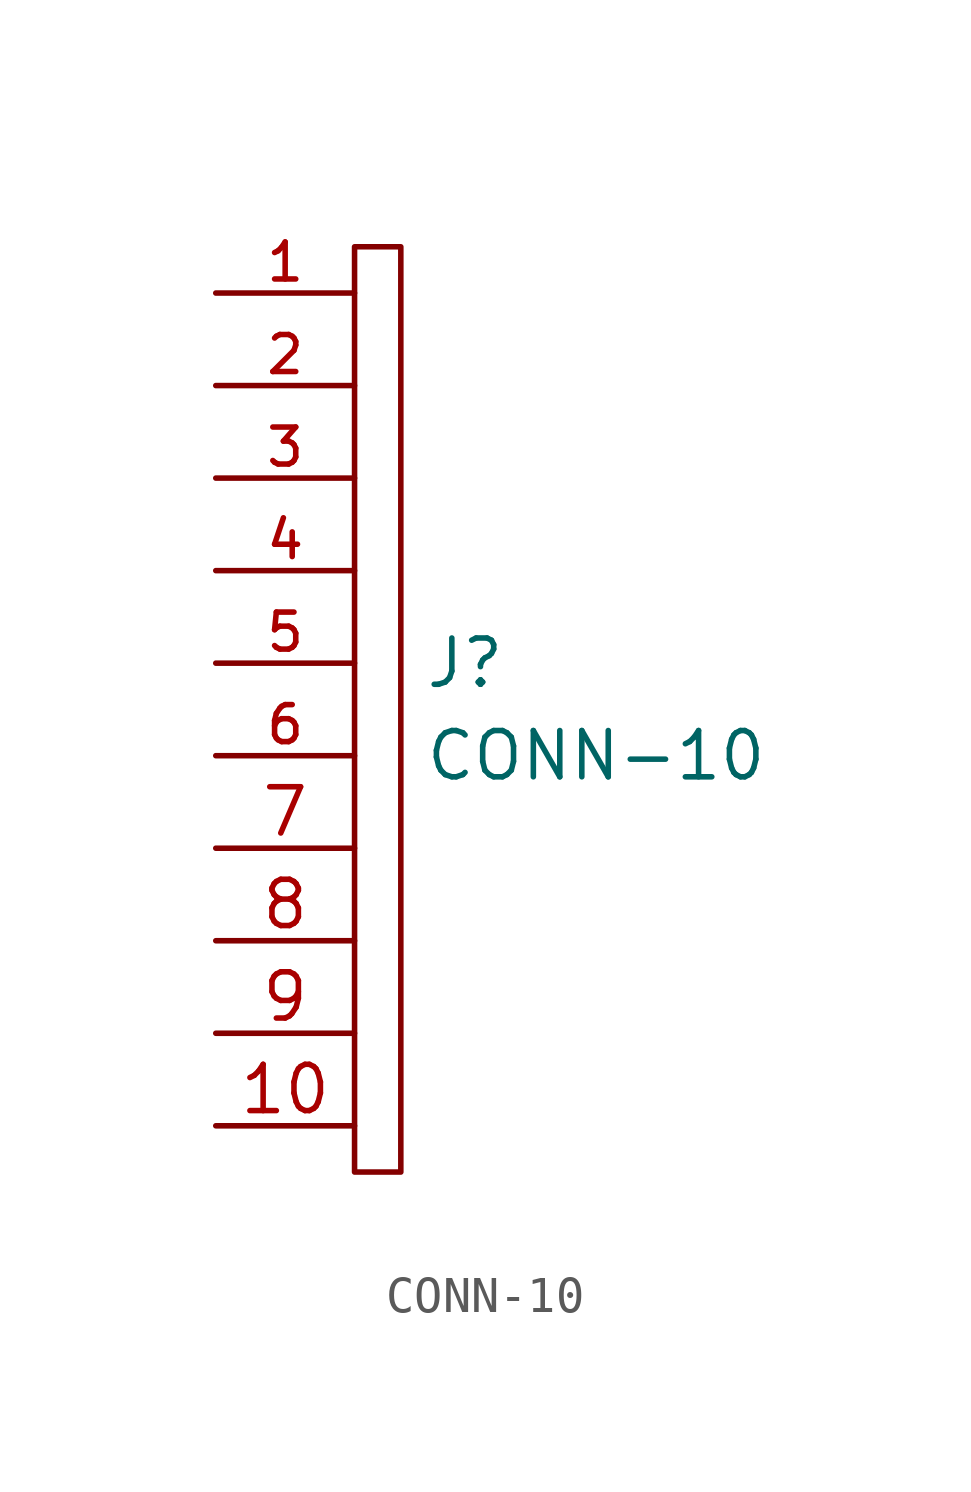
<source format=kicad_sym>
(kicad_symbol_lib
  (version 20211014)
  (generator kicad_symbol_editor)
  (symbol "CONN-10"
    (pin_names
      (offset 1.016))
    (property "Reference" "J"
      (at 5.715 1.27 0)
      (effects (font (size 1.27 1.27)) (justify left)))
    (property "Value" "CONN-10"
      (at 5.715 -1.27 0)
      (effects (font (size 1.27 1.27)) (justify left)))
    (symbol "CONN-10_0_1"
      (rectangle (start 3.81 12.7) (end 5.08 -12.7) (stroke (width 0) (type default) (color 0 0 0 0)) (fill (type none))))
    (symbol "CONN-10_1_1"
      (pin passive line (at 0 11.43 0) (length 3.81) (name "~" (effects (font (size 1.27 1.27)))) (number "1" (effects (font (size 1.016 1.016)))))
      (pin passive line (at 0 -11.43 0) (length 3.81) (name "~" (effects (font (size 1.27 1.27)))) (number "10" (effects (font (size 1.27 1.27)))))
      (pin passive line (at 0 8.89 0) (length 3.81) (name "~" (effects (font (size 1.27 1.27)))) (number "2" (effects (font (size 1.016 1.016)))))
      (pin passive line (at 0 6.35 0) (length 3.81) (name "~" (effects (font (size 1.27 1.27)))) (number "3" (effects (font (size 1.016 1.016)))))
      (pin passive line (at 0 3.81 0) (length 3.81) (name "~" (effects (font (size 1.27 1.27)))) (number "4" (effects (font (size 1.016 1.016)))))
      (pin passive line (at 0 1.27 0) (length 3.81) (name "~" (effects (font (size 1.27 1.27)))) (number "5" (effects (font (size 1.016 1.016)))))
      (pin passive line (at 0 -1.27 0) (length 3.81) (name "~" (effects (font (size 1.27 1.27)))) (number "6" (effects (font (size 1.016 1.016)))))
      (pin passive line (at 0 -3.81 0) (length 3.81) (name "~" (effects (font (size 1.27 1.27)))) (number "7" (effects (font (size 1.27 1.27)))))
      (pin passive line (at 0 -6.35 0) (length 3.81) (name "~" (effects (font (size 1.27 1.27)))) (number "8" (effects (font (size 1.27 1.27)))))
      (pin passive line (at 0 -8.89 0) (length 3.81) (name "~" (effects (font (size 1.27 1.27)))) (number "9" (effects (font (size 1.27 1.27))))))))
</source>
